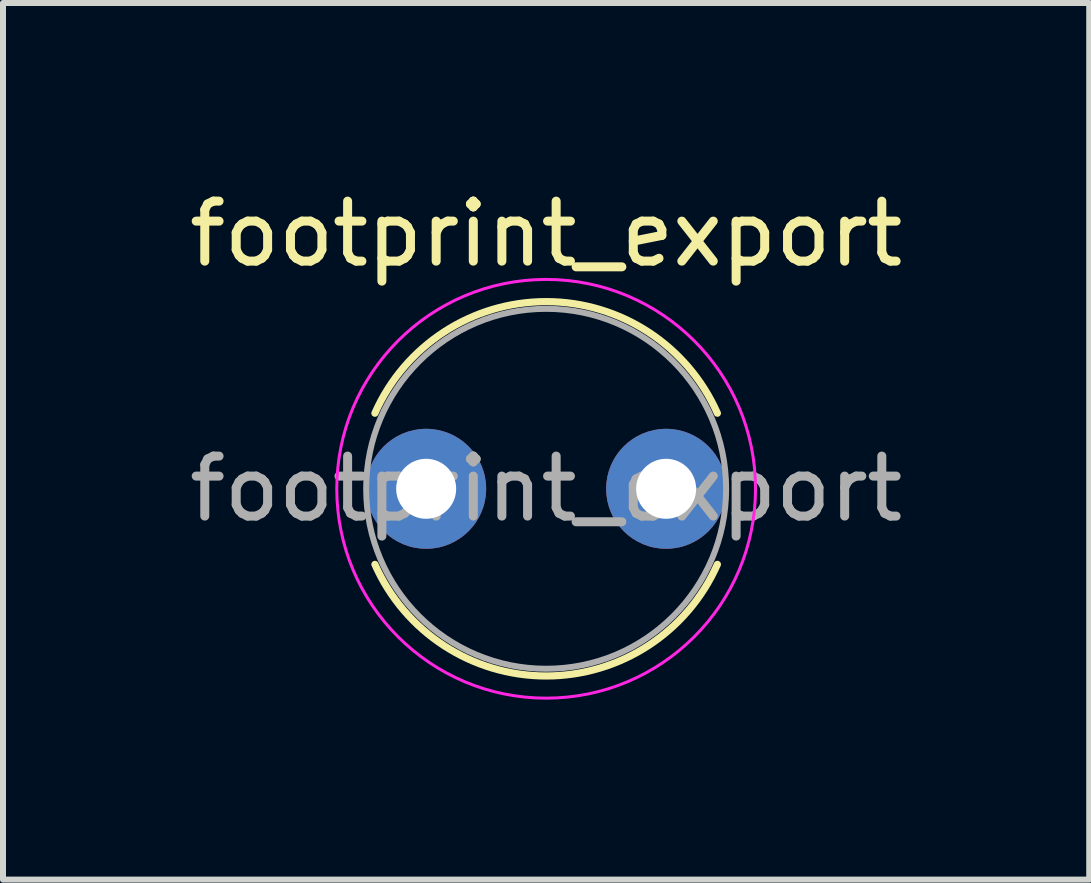
<source format=kicad_pcb>
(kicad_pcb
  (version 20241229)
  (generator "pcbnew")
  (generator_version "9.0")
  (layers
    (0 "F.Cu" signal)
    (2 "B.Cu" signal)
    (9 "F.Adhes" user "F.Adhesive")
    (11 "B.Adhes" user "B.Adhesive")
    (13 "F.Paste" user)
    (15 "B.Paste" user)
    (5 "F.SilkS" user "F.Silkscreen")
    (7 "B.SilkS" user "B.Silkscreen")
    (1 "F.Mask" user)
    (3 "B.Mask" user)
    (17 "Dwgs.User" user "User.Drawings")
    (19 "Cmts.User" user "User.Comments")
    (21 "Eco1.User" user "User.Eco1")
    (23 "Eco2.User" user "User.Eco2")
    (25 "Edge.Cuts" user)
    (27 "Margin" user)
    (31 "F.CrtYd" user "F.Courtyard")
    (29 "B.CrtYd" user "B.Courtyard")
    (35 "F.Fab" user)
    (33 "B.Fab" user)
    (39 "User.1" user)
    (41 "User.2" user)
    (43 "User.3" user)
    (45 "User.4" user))
  (footprint "footprint_export"
    (layer "F.Cu")
    (at 4.054 5.098)
    (property "Reference" "footprint_export" (at 2 -4.25 0) (layer "F.SilkS") (effects (font (size 1 1) (thickness 0.15))))
    (attr through_hole)
    (fp_arc (start -0.85426 -1.26) (mid 2 -3.12) (end 4.85426 -1.26) (stroke (width 0.12) (type solid)) (layer "F.SilkS"))
    (fp_arc (start 4.85426 1.26) (mid 2 3.12) (end -0.85426 1.26) (stroke (width 0.12) (type solid)) (layer "F.SilkS"))
    (fp_circle (center 2 0) (end 5.49 0) (stroke (width 0.05) (type solid)) (fill no) (layer "F.CrtYd"))
    (fp_circle (center 2 0) (end 5 0) (stroke (width 0.1) (type solid)) (fill no) (layer "F.Fab"))
    (fp_text user "${REFERENCE}" (at 2 0 0) (layer "F.Fab") (effects (font (size 1 1) (thickness 0.15))))
    (pad "1" thru_hole circle (at 0 0) (size 2 2) (drill 1) (layers "*.Cu" "*.Mask"))
    (pad "2" thru_hole circle (at 4 0) (size 2 2) (drill 1) (layers "*.Cu" "*.Mask")))
  (gr_rect
    (start -3 -3)
    (end 15.107 11.613)
    (stroke (width 0.1) (type default))
    (fill no)
    (layer "Edge.Cuts")))
</source>
